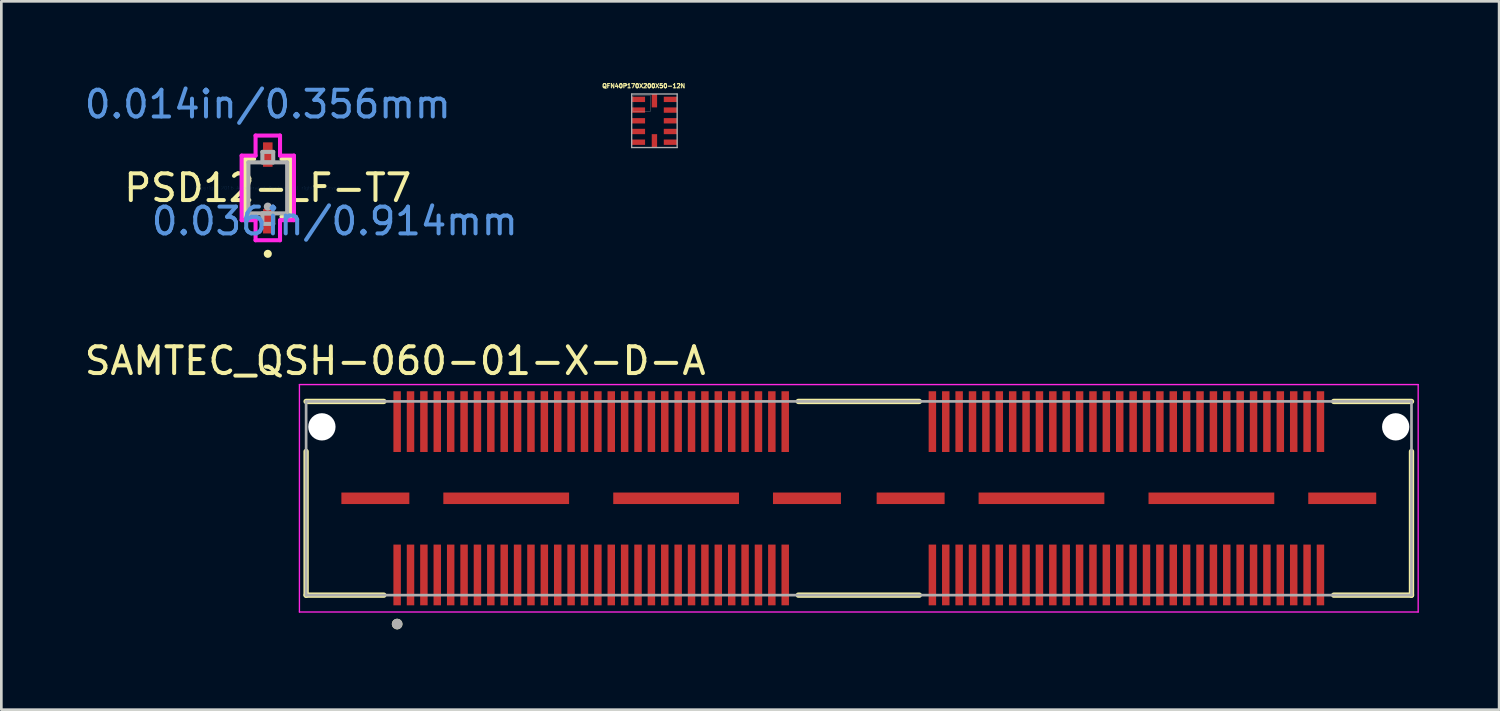
<source format=kicad_pcb>
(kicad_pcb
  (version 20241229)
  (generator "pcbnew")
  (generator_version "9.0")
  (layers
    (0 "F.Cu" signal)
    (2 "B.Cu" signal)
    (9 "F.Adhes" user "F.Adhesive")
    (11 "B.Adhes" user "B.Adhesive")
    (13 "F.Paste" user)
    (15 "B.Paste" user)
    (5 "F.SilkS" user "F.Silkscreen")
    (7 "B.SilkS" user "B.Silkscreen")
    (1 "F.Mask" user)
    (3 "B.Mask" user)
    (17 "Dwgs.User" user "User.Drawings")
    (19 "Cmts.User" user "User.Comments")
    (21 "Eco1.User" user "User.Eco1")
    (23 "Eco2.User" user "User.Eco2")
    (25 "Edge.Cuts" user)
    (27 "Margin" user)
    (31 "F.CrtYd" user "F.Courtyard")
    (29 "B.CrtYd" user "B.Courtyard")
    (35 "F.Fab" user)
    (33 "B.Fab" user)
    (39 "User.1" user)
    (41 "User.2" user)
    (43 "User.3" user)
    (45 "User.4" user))
  (footprint "SAMTEC_QSH-060-01-X-D-A"
    (layer "F.Cu")
    (at 29.045 15.572)
    (property "Reference" "SAMTEC_QSH-060-01-X-D-A" (at -17.325 -5.135 0) (layer "F.SilkS") (effects (font (size 1 1) (thickness 0.15))))
    (attr through_hole)
    (fp_line (start -20.655 -3.62) (end -17.75 -3.62) (stroke (width 0.2) (type solid)) (layer "F.SilkS"))
    (fp_line (start -20.655 3.62) (end -20.655 -1.75) (stroke (width 0.2) (type solid)) (layer "F.SilkS"))
    (fp_line (start -17.75 3.62) (end -20.655 3.62) (stroke (width 0.2) (type solid)) (layer "F.SilkS"))
    (fp_line (start -2.26 -3.62) (end 2.26 -3.62) (stroke (width 0.2) (type solid)) (layer "F.SilkS"))
    (fp_line (start -2.26 3.62) (end 2.26 3.62) (stroke (width 0.2) (type solid)) (layer "F.SilkS"))
    (fp_line (start 17.75 -3.62) (end 20.655 -3.62) (stroke (width 0.2) (type solid)) (layer "F.SilkS"))
    (fp_line (start 20.655 -1.75) (end 20.655 3.62) (stroke (width 0.2) (type solid)) (layer "F.SilkS"))
    (fp_line (start 20.655 3.62) (end 17.75 3.62) (stroke (width 0.2) (type solid)) (layer "F.SilkS"))
    (fp_circle (center -17.253 4.7) (end -17.153 4.7) (stroke (width 0.2) (type solid)) (fill no) (layer "F.SilkS"))
    (fp_line (start -20.905 -4.25) (end -20.905 4.25) (stroke (width 0.05) (type solid)) (layer "F.CrtYd"))
    (fp_line (start -20.905 4.25) (end 20.905 4.25) (stroke (width 0.05) (type solid)) (layer "F.CrtYd"))
    (fp_line (start 20.905 -4.25) (end -20.905 -4.25) (stroke (width 0.05) (type solid)) (layer "F.CrtYd"))
    (fp_line (start 20.905 4.25) (end 20.905 -4.25) (stroke (width 0.05) (type solid)) (layer "F.CrtYd"))
    (fp_line (start -20.655 -3.62) (end 20.655 -3.62) (stroke (width 0.1) (type solid)) (layer "F.Fab"))
    (fp_line (start -20.655 3.62) (end -20.655 -3.62) (stroke (width 0.1) (type solid)) (layer "F.Fab"))
    (fp_line (start 20.655 -3.62) (end 20.655 3.62) (stroke (width 0.1) (type solid)) (layer "F.Fab"))
    (fp_line (start 20.655 3.62) (end -20.655 3.62) (stroke (width 0.1) (type solid)) (layer "F.Fab"))
    (fp_circle (center -17.253 4.7) (end -17.153 4.7) (stroke (width 0.2) (type solid)) (fill no) (layer "F.Fab"))
    (pad "" np_thru_hole circle (at -20.065 -2.67) (size 1.02 1.02) (drill 1.02) (layers "*.Cu" "*.Mask"))
    (pad "" np_thru_hole circle (at 20.065 -2.67) (size 1.02 1.02) (drill 1.02) (layers "*.Cu" "*.Mask"))
    (pad "01" smd rect (at -17.253 2.865) (size 0.279 2.27) (layers "F.Cu" "F.Mask" "F.Paste"))
    (pad "02" smd rect (at -17.253 -2.865) (size 0.279 2.27) (layers "F.Cu" "F.Mask" "F.Paste"))
    (pad "03" smd rect (at -16.753 2.865) (size 0.279 2.27) (layers "F.Cu" "F.Mask" "F.Paste"))
    (pad "04" smd rect (at -16.753 -2.865) (size 0.279 2.27) (layers "F.Cu" "F.Mask" "F.Paste"))
    (pad "05" smd rect (at -16.253 2.865) (size 0.279 2.27) (layers "F.Cu" "F.Mask" "F.Paste"))
    (pad "06" smd rect (at -16.253 -2.865) (size 0.279 2.27) (layers "F.Cu" "F.Mask" "F.Paste"))
    (pad "07" smd rect (at -15.753 2.865) (size 0.279 2.27) (layers "F.Cu" "F.Mask" "F.Paste"))
    (pad "08" smd rect (at -15.753 -2.865) (size 0.279 2.27) (layers "F.Cu" "F.Mask" "F.Paste"))
    (pad "09" smd rect (at -15.252 2.865) (size 0.279 2.27) (layers "F.Cu" "F.Mask" "F.Paste"))
    (pad "10" smd rect (at -15.252 -2.865) (size 0.279 2.27) (layers "F.Cu" "F.Mask" "F.Paste"))
    (pad "11" smd rect (at -14.752 2.865) (size 0.279 2.27) (layers "F.Cu" "F.Mask" "F.Paste"))
    (pad "12" smd rect (at -14.752 -2.865) (size 0.279 2.27) (layers "F.Cu" "F.Mask" "F.Paste"))
    (pad "13" smd rect (at -14.252 2.865) (size 0.279 2.27) (layers "F.Cu" "F.Mask" "F.Paste"))
    (pad "14" smd rect (at -14.252 -2.865) (size 0.279 2.27) (layers "F.Cu" "F.Mask" "F.Paste"))
    (pad "15" smd rect (at -13.752 2.865) (size 0.279 2.27) (layers "F.Cu" "F.Mask" "F.Paste"))
    (pad "16" smd rect (at -13.752 -2.865) (size 0.279 2.27) (layers "F.Cu" "F.Mask" "F.Paste"))
    (pad "17" smd rect (at -13.252 2.865) (size 0.279 2.27) (layers "F.Cu" "F.Mask" "F.Paste"))
    (pad "18" smd rect (at -13.252 -2.865) (size 0.279 2.27) (layers "F.Cu" "F.Mask" "F.Paste"))
    (pad "19" smd rect (at -12.752 2.865) (size 0.279 2.27) (layers "F.Cu" "F.Mask" "F.Paste"))
    (pad "20" smd rect (at -12.752 -2.865) (size 0.279 2.27) (layers "F.Cu" "F.Mask" "F.Paste"))
    (pad "21" smd rect (at -12.252 2.865) (size 0.279 2.27) (layers "F.Cu" "F.Mask" "F.Paste"))
    (pad "22" smd rect (at -12.252 -2.865) (size 0.279 2.27) (layers "F.Cu" "F.Mask" "F.Paste"))
    (pad "23" smd rect (at -11.752 2.865) (size 0.279 2.27) (layers "F.Cu" "F.Mask" "F.Paste"))
    (pad "24" smd rect (at -11.752 -2.865) (size 0.279 2.27) (layers "F.Cu" "F.Mask" "F.Paste"))
    (pad "25" smd rect (at -11.252 2.865) (size 0.279 2.27) (layers "F.Cu" "F.Mask" "F.Paste"))
    (pad "26" smd rect (at -11.252 -2.865) (size 0.279 2.27) (layers "F.Cu" "F.Mask" "F.Paste"))
    (pad "27" smd rect (at -10.752 2.865) (size 0.279 2.27) (layers "F.Cu" "F.Mask" "F.Paste"))
    (pad "28" smd rect (at -10.752 -2.865) (size 0.279 2.27) (layers "F.Cu" "F.Mask" "F.Paste"))
    (pad "29" smd rect (at -10.252 2.865) (size 0.279 2.27) (layers "F.Cu" "F.Mask" "F.Paste"))
    (pad "30" smd rect (at -10.252 -2.865) (size 0.279 2.27) (layers "F.Cu" "F.Mask" "F.Paste"))
    (pad "31" smd rect (at -9.751 2.865) (size 0.279 2.27) (layers "F.Cu" "F.Mask" "F.Paste"))
    (pad "32" smd rect (at -9.751 -2.865) (size 0.279 2.27) (layers "F.Cu" "F.Mask" "F.Paste"))
    (pad "33" smd rect (at -9.251 2.865) (size 0.279 2.27) (layers "F.Cu" "F.Mask" "F.Paste"))
    (pad "34" smd rect (at -9.251 -2.865) (size 0.279 2.27) (layers "F.Cu" "F.Mask" "F.Paste"))
    (pad "35" smd rect (at -8.751 2.865) (size 0.279 2.27) (layers "F.Cu" "F.Mask" "F.Paste"))
    (pad "36" smd rect (at -8.751 -2.865) (size 0.279 2.27) (layers "F.Cu" "F.Mask" "F.Paste"))
    (pad "37" smd rect (at -8.251 2.865) (size 0.279 2.27) (layers "F.Cu" "F.Mask" "F.Paste"))
    (pad "38" smd rect (at -8.251 -2.865) (size 0.279 2.27) (layers "F.Cu" "F.Mask" "F.Paste"))
    (pad "39" smd rect (at -7.751 2.865) (size 0.279 2.27) (layers "F.Cu" "F.Mask" "F.Paste"))
    (pad "40" smd rect (at -7.751 -2.865) (size 0.279 2.27) (layers "F.Cu" "F.Mask" "F.Paste"))
    (pad "41" smd rect (at -7.251 2.865) (size 0.279 2.27) (layers "F.Cu" "F.Mask" "F.Paste"))
    (pad "42" smd rect (at -7.251 -2.865) (size 0.279 2.27) (layers "F.Cu" "F.Mask" "F.Paste"))
    (pad "43" smd rect (at -6.751 2.865) (size 0.279 2.27) (layers "F.Cu" "F.Mask" "F.Paste"))
    (pad "44" smd rect (at -6.751 -2.865) (size 0.279 2.27) (layers "F.Cu" "F.Mask" "F.Paste"))
    (pad "45" smd rect (at -6.251 2.865) (size 0.279 2.27) (layers "F.Cu" "F.Mask" "F.Paste"))
    (pad "46" smd rect (at -6.251 -2.865) (size 0.279 2.27) (layers "F.Cu" "F.Mask" "F.Paste"))
    (pad "47" smd rect (at -5.751 2.865) (size 0.279 2.27) (layers "F.Cu" "F.Mask" "F.Paste"))
    (pad "48" smd rect (at -5.751 -2.865) (size 0.279 2.27) (layers "F.Cu" "F.Mask" "F.Paste"))
    (pad "49" smd rect (at -5.251 2.865) (size 0.279 2.27) (layers "F.Cu" "F.Mask" "F.Paste"))
    (pad "50" smd rect (at -5.251 -2.865) (size 0.279 2.27) (layers "F.Cu" "F.Mask" "F.Paste"))
    (pad "51" smd rect (at -4.75 2.865) (size 0.279 2.27) (layers "F.Cu" "F.Mask" "F.Paste"))
    (pad "52" smd rect (at -4.75 -2.865) (size 0.279 2.27) (layers "F.Cu" "F.Mask" "F.Paste"))
    (pad "53" smd rect (at -4.25 2.865) (size 0.279 2.27) (layers "F.Cu" "F.Mask" "F.Paste"))
    (pad "54" smd rect (at -4.25 -2.865) (size 0.279 2.27) (layers "F.Cu" "F.Mask" "F.Paste"))
    (pad "55" smd rect (at -3.75 2.865) (size 0.279 2.27) (layers "F.Cu" "F.Mask" "F.Paste"))
    (pad "56" smd rect (at -3.75 -2.865) (size 0.279 2.27) (layers "F.Cu" "F.Mask" "F.Paste"))
    (pad "57" smd rect (at -3.25 2.865) (size 0.279 2.27) (layers "F.Cu" "F.Mask" "F.Paste"))
    (pad "58" smd rect (at -3.25 -2.865) (size 0.279 2.27) (layers "F.Cu" "F.Mask" "F.Paste"))
    (pad "59" smd rect (at -2.75 2.865) (size 0.279 2.27) (layers "F.Cu" "F.Mask" "F.Paste"))
    (pad "60" smd rect (at -2.75 -2.865) (size 0.279 2.27) (layers "F.Cu" "F.Mask" "F.Paste"))
    (pad "61" smd rect (at 2.75 2.865) (size 0.279 2.27) (layers "F.Cu" "F.Mask" "F.Paste"))
    (pad "62" smd rect (at 2.75 -2.865) (size 0.279 2.27) (layers "F.Cu" "F.Mask" "F.Paste"))
    (pad "63" smd rect (at 3.25 2.865) (size 0.279 2.27) (layers "F.Cu" "F.Mask" "F.Paste"))
    (pad "64" smd rect (at 3.25 -2.865) (size 0.279 2.27) (layers "F.Cu" "F.Mask" "F.Paste"))
    (pad "65" smd rect (at 3.75 2.865) (size 0.279 2.27) (layers "F.Cu" "F.Mask" "F.Paste"))
    (pad "66" smd rect (at 3.75 -2.865) (size 0.279 2.27) (layers "F.Cu" "F.Mask" "F.Paste"))
    (pad "67" smd rect (at 4.25 2.865) (size 0.279 2.27) (layers "F.Cu" "F.Mask" "F.Paste"))
    (pad "68" smd rect (at 4.25 -2.865) (size 0.279 2.27) (layers "F.Cu" "F.Mask" "F.Paste"))
    (pad "69" smd rect (at 4.75 2.865) (size 0.279 2.27) (layers "F.Cu" "F.Mask" "F.Paste"))
    (pad "70" smd rect (at 4.75 -2.865) (size 0.279 2.27) (layers "F.Cu" "F.Mask" "F.Paste"))
    (pad "71" smd rect (at 5.251 2.865) (size 0.279 2.27) (layers "F.Cu" "F.Mask" "F.Paste"))
    (pad "72" smd rect (at 5.251 -2.865) (size 0.279 2.27) (layers "F.Cu" "F.Mask" "F.Paste"))
    (pad "73" smd rect (at 5.751 2.865) (size 0.279 2.27) (layers "F.Cu" "F.Mask" "F.Paste"))
    (pad "74" smd rect (at 5.751 -2.865) (size 0.279 2.27) (layers "F.Cu" "F.Mask" "F.Paste"))
    (pad "75" smd rect (at 6.251 2.865) (size 0.279 2.27) (layers "F.Cu" "F.Mask" "F.Paste"))
    (pad "76" smd rect (at 6.251 -2.865) (size 0.279 2.27) (layers "F.Cu" "F.Mask" "F.Paste"))
    (pad "77" smd rect (at 6.751 2.865) (size 0.279 2.27) (layers "F.Cu" "F.Mask" "F.Paste"))
    (pad "78" smd rect (at 6.751 -2.865) (size 0.279 2.27) (layers "F.Cu" "F.Mask" "F.Paste"))
    (pad "79" smd rect (at 7.251 2.865) (size 0.279 2.27) (layers "F.Cu" "F.Mask" "F.Paste"))
    (pad "80" smd rect (at 7.251 -2.865) (size 0.279 2.27) (layers "F.Cu" "F.Mask" "F.Paste"))
    (pad "81" smd rect (at 7.751 2.865) (size 0.279 2.27) (layers "F.Cu" "F.Mask" "F.Paste"))
    (pad "82" smd rect (at 7.751 -2.865) (size 0.279 2.27) (layers "F.Cu" "F.Mask" "F.Paste"))
    (pad "83" smd rect (at 8.251 2.865) (size 0.279 2.27) (layers "F.Cu" "F.Mask" "F.Paste"))
    (pad "84" smd rect (at 8.251 -2.865) (size 0.279 2.27) (layers "F.Cu" "F.Mask" "F.Paste"))
    (pad "85" smd rect (at 8.751 2.865) (size 0.279 2.27) (layers "F.Cu" "F.Mask" "F.Paste"))
    (pad "86" smd rect (at 8.751 -2.865) (size 0.279 2.27) (layers "F.Cu" "F.Mask" "F.Paste"))
    (pad "87" smd rect (at 9.251 2.865) (size 0.279 2.27) (layers "F.Cu" "F.Mask" "F.Paste"))
    (pad "88" smd rect (at 9.251 -2.865) (size 0.279 2.27) (layers "F.Cu" "F.Mask" "F.Paste"))
    (pad "89" smd rect (at 9.751 2.865) (size 0.279 2.27) (layers "F.Cu" "F.Mask" "F.Paste"))
    (pad "90" smd rect (at 9.751 -2.865) (size 0.279 2.27) (layers "F.Cu" "F.Mask" "F.Paste"))
    (pad "91" smd rect (at 10.252 2.865) (size 0.279 2.27) (layers "F.Cu" "F.Mask" "F.Paste"))
    (pad "92" smd rect (at 10.252 -2.865) (size 0.279 2.27) (layers "F.Cu" "F.Mask" "F.Paste"))
    (pad "93" smd rect (at 10.752 2.865) (size 0.279 2.27) (layers "F.Cu" "F.Mask" "F.Paste"))
    (pad "94" smd rect (at 10.752 -2.865) (size 0.279 2.27) (layers "F.Cu" "F.Mask" "F.Paste"))
    (pad "95" smd rect (at 11.252 2.865) (size 0.279 2.27) (layers "F.Cu" "F.Mask" "F.Paste"))
    (pad "96" smd rect (at 11.252 -2.865) (size 0.279 2.27) (layers "F.Cu" "F.Mask" "F.Paste"))
    (pad "97" smd rect (at 11.752 2.865) (size 0.279 2.27) (layers "F.Cu" "F.Mask" "F.Paste"))
    (pad "98" smd rect (at 11.752 -2.865) (size 0.279 2.27) (layers "F.Cu" "F.Mask" "F.Paste"))
    (pad "99" smd rect (at 12.252 2.865) (size 0.279 2.27) (layers "F.Cu" "F.Mask" "F.Paste"))
    (pad "100" smd rect (at 12.252 -2.865) (size 0.279 2.27) (layers "F.Cu" "F.Mask" "F.Paste"))
    (pad "101" smd rect (at 12.752 2.865) (size 0.279 2.27) (layers "F.Cu" "F.Mask" "F.Paste"))
    (pad "102" smd rect (at 12.752 -2.865) (size 0.279 2.27) (layers "F.Cu" "F.Mask" "F.Paste"))
    (pad "103" smd rect (at 13.252 2.865) (size 0.279 2.27) (layers "F.Cu" "F.Mask" "F.Paste"))
    (pad "104" smd rect (at 13.252 -2.865) (size 0.279 2.27) (layers "F.Cu" "F.Mask" "F.Paste"))
    (pad "105" smd rect (at 13.752 2.865) (size 0.279 2.27) (layers "F.Cu" "F.Mask" "F.Paste"))
    (pad "106" smd rect (at 13.752 -2.865) (size 0.279 2.27) (layers "F.Cu" "F.Mask" "F.Paste"))
    (pad "107" smd rect (at 14.252 2.865) (size 0.279 2.27) (layers "F.Cu" "F.Mask" "F.Paste"))
    (pad "108" smd rect (at 14.252 -2.865) (size 0.279 2.27) (layers "F.Cu" "F.Mask" "F.Paste"))
    (pad "109" smd rect (at 14.752 2.865) (size 0.279 2.27) (layers "F.Cu" "F.Mask" "F.Paste"))
    (pad "110" smd rect (at 14.752 -2.865) (size 0.279 2.27) (layers "F.Cu" "F.Mask" "F.Paste"))
    (pad "111" smd rect (at 15.252 2.865) (size 0.279 2.27) (layers "F.Cu" "F.Mask" "F.Paste"))
    (pad "112" smd rect (at 15.252 -2.865) (size 0.279 2.27) (layers "F.Cu" "F.Mask" "F.Paste"))
    (pad "113" smd rect (at 15.753 2.865) (size 0.279 2.27) (layers "F.Cu" "F.Mask" "F.Paste"))
    (pad "114" smd rect (at 15.753 -2.865) (size 0.279 2.27) (layers "F.Cu" "F.Mask" "F.Paste"))
    (pad "115" smd rect (at 16.253 2.865) (size 0.279 2.27) (layers "F.Cu" "F.Mask" "F.Paste"))
    (pad "116" smd rect (at 16.253 -2.865) (size 0.279 2.27) (layers "F.Cu" "F.Mask" "F.Paste"))
    (pad "117" smd rect (at 16.753 2.865) (size 0.279 2.27) (layers "F.Cu" "F.Mask" "F.Paste"))
    (pad "118" smd rect (at 16.753 -2.865) (size 0.279 2.27) (layers "F.Cu" "F.Mask" "F.Paste"))
    (pad "119" smd rect (at 17.253 2.865) (size 0.279 2.27) (layers "F.Cu" "F.Mask" "F.Paste"))
    (pad "120" smd rect (at 17.253 -2.865) (size 0.279 2.27) (layers "F.Cu" "F.Mask" "F.Paste"))
    (pad "G1_1" smd rect (at -18.067 0) (size 2.54 0.43) (layers "F.Cu" "F.Mask" "F.Paste"))
    (pad "G1_2" smd rect (at -13.177 0) (size 4.7 0.43) (layers "F.Cu" "F.Mask" "F.Paste"))
    (pad "G1_3" smd rect (at -6.827 0) (size 4.7 0.43) (layers "F.Cu" "F.Mask" "F.Paste"))
    (pad "G1_4" smd rect (at -1.937 0) (size 2.54 0.43) (layers "F.Cu" "F.Mask" "F.Paste"))
    (pad "G2_1" smd rect (at 1.937 0) (size 2.54 0.43) (layers "F.Cu" "F.Mask" "F.Paste"))
    (pad "G2_2" smd rect (at 6.827 0) (size 4.7 0.43) (layers "F.Cu" "F.Mask" "F.Paste"))
    (pad "G2_3" smd rect (at 13.177 0) (size 4.7 0.43) (layers "F.Cu" "F.Mask" "F.Paste"))
    (pad "G2_4" smd rect (at 18.067 0) (size 2.54 0.43) (layers "F.Cu" "F.Mask" "F.Paste")))
  (footprint "PSD12-LF-T7"
    (layer "F.Cu")
    (at 6.958 3.972)
    (property "Reference" "PSD12-LF-T7" (at 0 0 0) (layer "F.SilkS") (effects (font (size 1 1) (thickness 0.15))))
    (attr through_hole)
    (fp_line (start -0.851 -1.079) (end -0.851 1.079) (stroke (width 0.152) (type solid)) (layer "F.SilkS"))
    (fp_line (start -0.851 1.079) (end -0.511 1.079) (stroke (width 0.152) (type solid)) (layer "F.SilkS"))
    (fp_line (start -0.511 -1.079) (end -0.851 -1.079) (stroke (width 0.152) (type solid)) (layer "F.SilkS"))
    (fp_line (start 0.511 1.079) (end 0.851 1.079) (stroke (width 0.152) (type solid)) (layer "F.SilkS"))
    (fp_line (start 0.851 -1.079) (end 0.511 -1.079) (stroke (width 0.152) (type solid)) (layer "F.SilkS"))
    (fp_line (start 0.851 1.079) (end 0.851 -1.079) (stroke (width 0.152) (type solid)) (layer "F.SilkS"))
    (fp_circle (center 0 2.464) (end 0.076 2.464) (stroke (width 0.152) (type solid)) (fill no) (layer "F.SilkS"))
    (fp_line (start -0.978 -1.206) (end -0.457 -1.206) (stroke (width 0.152) (type solid)) (layer "F.CrtYd"))
    (fp_line (start -0.978 1.206) (end -0.978 -1.206) (stroke (width 0.152) (type solid)) (layer "F.CrtYd"))
    (fp_line (start -0.978 1.206) (end -0.457 1.206) (stroke (width 0.152) (type solid)) (layer "F.CrtYd"))
    (fp_line (start -0.457 -1.956) (end 0.457 -1.956) (stroke (width 0.152) (type solid)) (layer "F.CrtYd"))
    (fp_line (start -0.457 -1.206) (end -0.457 -1.956) (stroke (width 0.152) (type solid)) (layer "F.CrtYd"))
    (fp_line (start -0.457 1.206) (end -0.457 1.956) (stroke (width 0.152) (type solid)) (layer "F.CrtYd"))
    (fp_line (start -0.457 1.956) (end 0.457 1.956) (stroke (width 0.152) (type solid)) (layer "F.CrtYd"))
    (fp_line (start 0.457 -1.206) (end 0.457 -1.956) (stroke (width 0.152) (type solid)) (layer "F.CrtYd"))
    (fp_line (start 0.457 1.206) (end 0.457 1.956) (stroke (width 0.152) (type solid)) (layer "F.CrtYd"))
    (fp_line (start 0.978 -1.206) (end 0.457 -1.206) (stroke (width 0.152) (type solid)) (layer "F.CrtYd"))
    (fp_line (start 0.978 -1.206) (end 0.978 1.206) (stroke (width 0.152) (type solid)) (layer "F.CrtYd"))
    (fp_line (start 0.978 1.206) (end 0.457 1.206) (stroke (width 0.152) (type solid)) (layer "F.CrtYd"))
    (fp_line (start -0.724 -0.953) (end -0.724 0.953) (stroke (width 0.152) (type solid)) (layer "F.Fab"))
    (fp_line (start -0.724 0.953) (end 0.724 0.953) (stroke (width 0.152) (type solid)) (layer "F.Fab"))
    (fp_line (start -0.203 -1.346) (end -0.203 -0.953) (stroke (width 0.152) (type solid)) (layer "F.Fab"))
    (fp_line (start -0.203 -0.953) (end 0.203 -0.953) (stroke (width 0.152) (type solid)) (layer "F.Fab"))
    (fp_line (start -0.203 0.953) (end -0.203 1.346) (stroke (width 0.152) (type solid)) (layer "F.Fab"))
    (fp_line (start -0.203 1.346) (end 0.203 1.346) (stroke (width 0.152) (type solid)) (layer "F.Fab"))
    (fp_line (start 0.203 -1.346) (end -0.203 -1.346) (stroke (width 0.152) (type solid)) (layer "F.Fab"))
    (fp_line (start 0.203 -0.953) (end 0.203 -1.346) (stroke (width 0.152) (type solid)) (layer "F.Fab"))
    (fp_line (start 0.203 0.953) (end -0.203 0.953) (stroke (width 0.152) (type solid)) (layer "F.Fab"))
    (fp_line (start 0.203 1.346) (end 0.203 0.953) (stroke (width 0.152) (type solid)) (layer "F.Fab"))
    (fp_line (start 0.724 -0.953) (end -0.724 -0.953) (stroke (width 0.152) (type solid)) (layer "F.Fab"))
    (fp_line (start 0.724 0.953) (end 0.724 -0.953) (stroke (width 0.152) (type solid)) (layer "F.Fab"))
    (fp_circle (center 0 0.699) (end 0.076 0.699) (stroke (width 0.152) (type solid)) (fill no) (layer "F.Fab"))
    (fp_text user "0.014in/0.356mm" (at 0 -3.124 0) (layer "Cmts.User") (effects (font (size 1 1) (thickness 0.15))))
    (fp_text user "Copyright 2016 Accelerated Designs. All rights reserved." (at 0 0 0) (layer "Cmts.User") (effects (font (size 0.127 0.127) (thickness 0.002))))
    (fp_text user "0.036in/0.914mm" (at 2.502 1.245 0) (layer "Cmts.User") (effects (font (size 1 1) (thickness 0.15))))
    (pad "1" smd rect (at 0 1.245) (size 0.356 0.914) (layers "F.Cu" "F.Mask" "F.Paste"))
    (pad "2" smd rect (at 0 -1.245) (size 0.356 0.914) (layers "F.Cu" "F.Mask" "F.Paste")))
  (footprint "QFN40P170X200X50-12N"
    (layer "F.Cu")
    (at 21.407 1.464)
    (property "Reference" "QFN40P170X200X50-12N" (at -0.401 -1.303 0) (layer "F.SilkS") (effects (font (size 0.158 0.158) (thickness 0.15))))
    (attr through_hole)
    (fp_line (start -0.85 -1) (end -0.85 1) (stroke (width 0.05) (type solid)) (layer "F.Fab"))
    (fp_line (start -0.85 1) (end 0.85 1) (stroke (width 0.05) (type solid)) (layer "F.Fab"))
    (fp_line (start 0.85 -1) (end -0.85 -1) (stroke (width 0.05) (type solid)) (layer "F.Fab"))
    (fp_line (start 0.85 1) (end 0.85 -1) (stroke (width 0.05) (type solid)) (layer "F.Fab"))
    (fp_poly (pts (xy -0.802 -0.95) (xy -0.15 -0.95) (xy -0.15 -0.351) (xy -0.802 -0.351)) (stroke (width 0.01) (type solid)) (fill no) (layer "F.Fab"))
    (pad "1" smd rect (at -0.6 -0.8) (size 0.5 0.2) (layers "F.Cu" "F.Mask" "F.Paste"))
    (pad "2" smd rect (at -0.6 -0.4) (size 0.5 0.2) (layers "F.Cu" "F.Mask" "F.Paste"))
    (pad "3" smd rect (at -0.6 0) (size 0.5 0.2) (layers "F.Cu" "F.Mask" "F.Paste"))
    (pad "4" smd rect (at -0.6 0.4) (size 0.5 0.2) (layers "F.Cu" "F.Mask" "F.Paste"))
    (pad "5" smd rect (at -0.6 0.8) (size 0.5 0.2) (layers "F.Cu" "F.Mask" "F.Paste"))
    (pad "6" smd rect (at 0 0.75) (size 0.2 0.5) (layers "F.Cu" "F.Mask" "F.Paste"))
    (pad "7" smd rect (at 0.6 0.8) (size 0.5 0.2) (layers "F.Cu" "F.Mask" "F.Paste"))
    (pad "8" smd rect (at 0.6 0.4) (size 0.5 0.2) (layers "F.Cu" "F.Mask" "F.Paste"))
    (pad "9" smd rect (at 0.6 0) (size 0.5 0.2) (layers "F.Cu" "F.Mask" "F.Paste"))
    (pad "10" smd rect (at 0.6 -0.4) (size 0.5 0.2) (layers "F.Cu" "F.Mask" "F.Paste"))
    (pad "11" smd rect (at 0.6 -0.8) (size 0.5 0.2) (layers "F.Cu" "F.Mask" "F.Paste"))
    (pad "12" smd rect (at 0 -0.75) (size 0.2 0.5) (layers "F.Cu" "F.Mask" "F.Paste")))
  (gr_rect
    (start -3 -3)
    (end 52.975 23.472)
    (stroke (width 0.1) (type default))
    (fill no)
    (layer "Edge.Cuts")))
</source>
